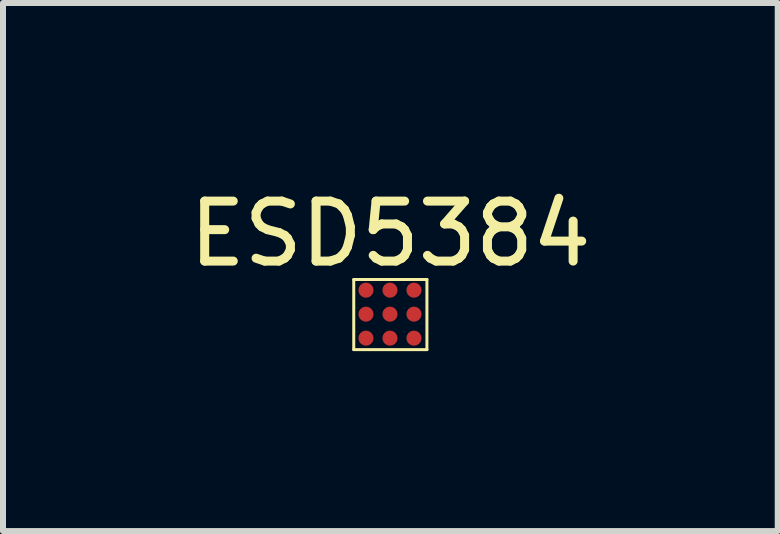
<source format=kicad_pcb>
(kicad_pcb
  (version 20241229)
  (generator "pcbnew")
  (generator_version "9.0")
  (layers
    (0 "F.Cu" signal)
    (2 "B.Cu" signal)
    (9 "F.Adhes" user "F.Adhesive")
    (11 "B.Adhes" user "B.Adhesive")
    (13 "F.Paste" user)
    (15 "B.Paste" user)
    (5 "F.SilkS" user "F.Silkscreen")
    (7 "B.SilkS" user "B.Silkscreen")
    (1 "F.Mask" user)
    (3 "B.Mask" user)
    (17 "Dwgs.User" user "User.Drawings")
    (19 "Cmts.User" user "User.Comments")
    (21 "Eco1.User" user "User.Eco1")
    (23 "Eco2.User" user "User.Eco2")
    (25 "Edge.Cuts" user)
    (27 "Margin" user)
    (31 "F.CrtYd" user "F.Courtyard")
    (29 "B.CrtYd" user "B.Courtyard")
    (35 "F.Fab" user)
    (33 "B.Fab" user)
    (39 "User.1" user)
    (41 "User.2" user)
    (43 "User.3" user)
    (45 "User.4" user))
  (footprint "ESD5384"
    (layer "F.Cu")
    (at 3.458 2.169)
    (property "Reference" "ESD5384" (at 0 -1.321 0) (layer "F.SilkS") (effects (font (size 1 1) (thickness 0.15))))
    (attr through_hole)
    (fp_line (start -0.61 -0.559) (end -0.61 0.61) (stroke (width 0.05) (type solid)) (layer "F.SilkS"))
    (fp_line (start -0.61 -0.559) (end 0.61 -0.559) (stroke (width 0.05) (type solid)) (layer "F.SilkS"))
    (fp_line (start -0.61 0.61) (end 0.61 0.61) (stroke (width 0.05) (type solid)) (layer "F.SilkS"))
    (fp_line (start 0.61 -0.559) (end 0.61 0.61) (stroke (width 0.05) (type solid)) (layer "F.SilkS"))
    (pad "A1" smd circle (at 0.394 -0.381) (size 0.25 0.25) (layers "F.Cu" "F.Mask" "F.Paste"))
    (pad "A2" smd circle (at -0.006 -0.381) (size 0.25 0.25) (layers "F.Cu" "F.Mask" "F.Paste"))
    (pad "A3" smd circle (at -0.406 -0.381) (size 0.25 0.25) (layers "F.Cu" "F.Mask" "F.Paste"))
    (pad "B1" smd circle (at 0.394 0.019) (size 0.25 0.25) (layers "F.Cu" "F.Mask" "F.Paste"))
    (pad "B2" smd circle (at -0.006 0.019) (size 0.25 0.25) (layers "F.Cu" "F.Mask" "F.Paste"))
    (pad "B3" smd circle (at -0.406 0.019) (size 0.25 0.25) (layers "F.Cu" "F.Mask" "F.Paste"))
    (pad "C1" smd circle (at 0.394 0.419) (size 0.25 0.25) (layers "F.Cu" "F.Mask" "F.Paste"))
    (pad "C2" smd circle (at -0.006 0.419) (size 0.25 0.25) (layers "F.Cu" "F.Mask" "F.Paste"))
    (pad "C3" smd circle (at -0.406 0.419) (size 0.25 0.25) (layers "F.Cu" "F.Mask" "F.Paste")))
  (gr_rect
    (start -3 -3)
    (end 9.917 5.804)
    (stroke (width 0.1) (type default))
    (fill no)
    (layer "Edge.Cuts")))
</source>
